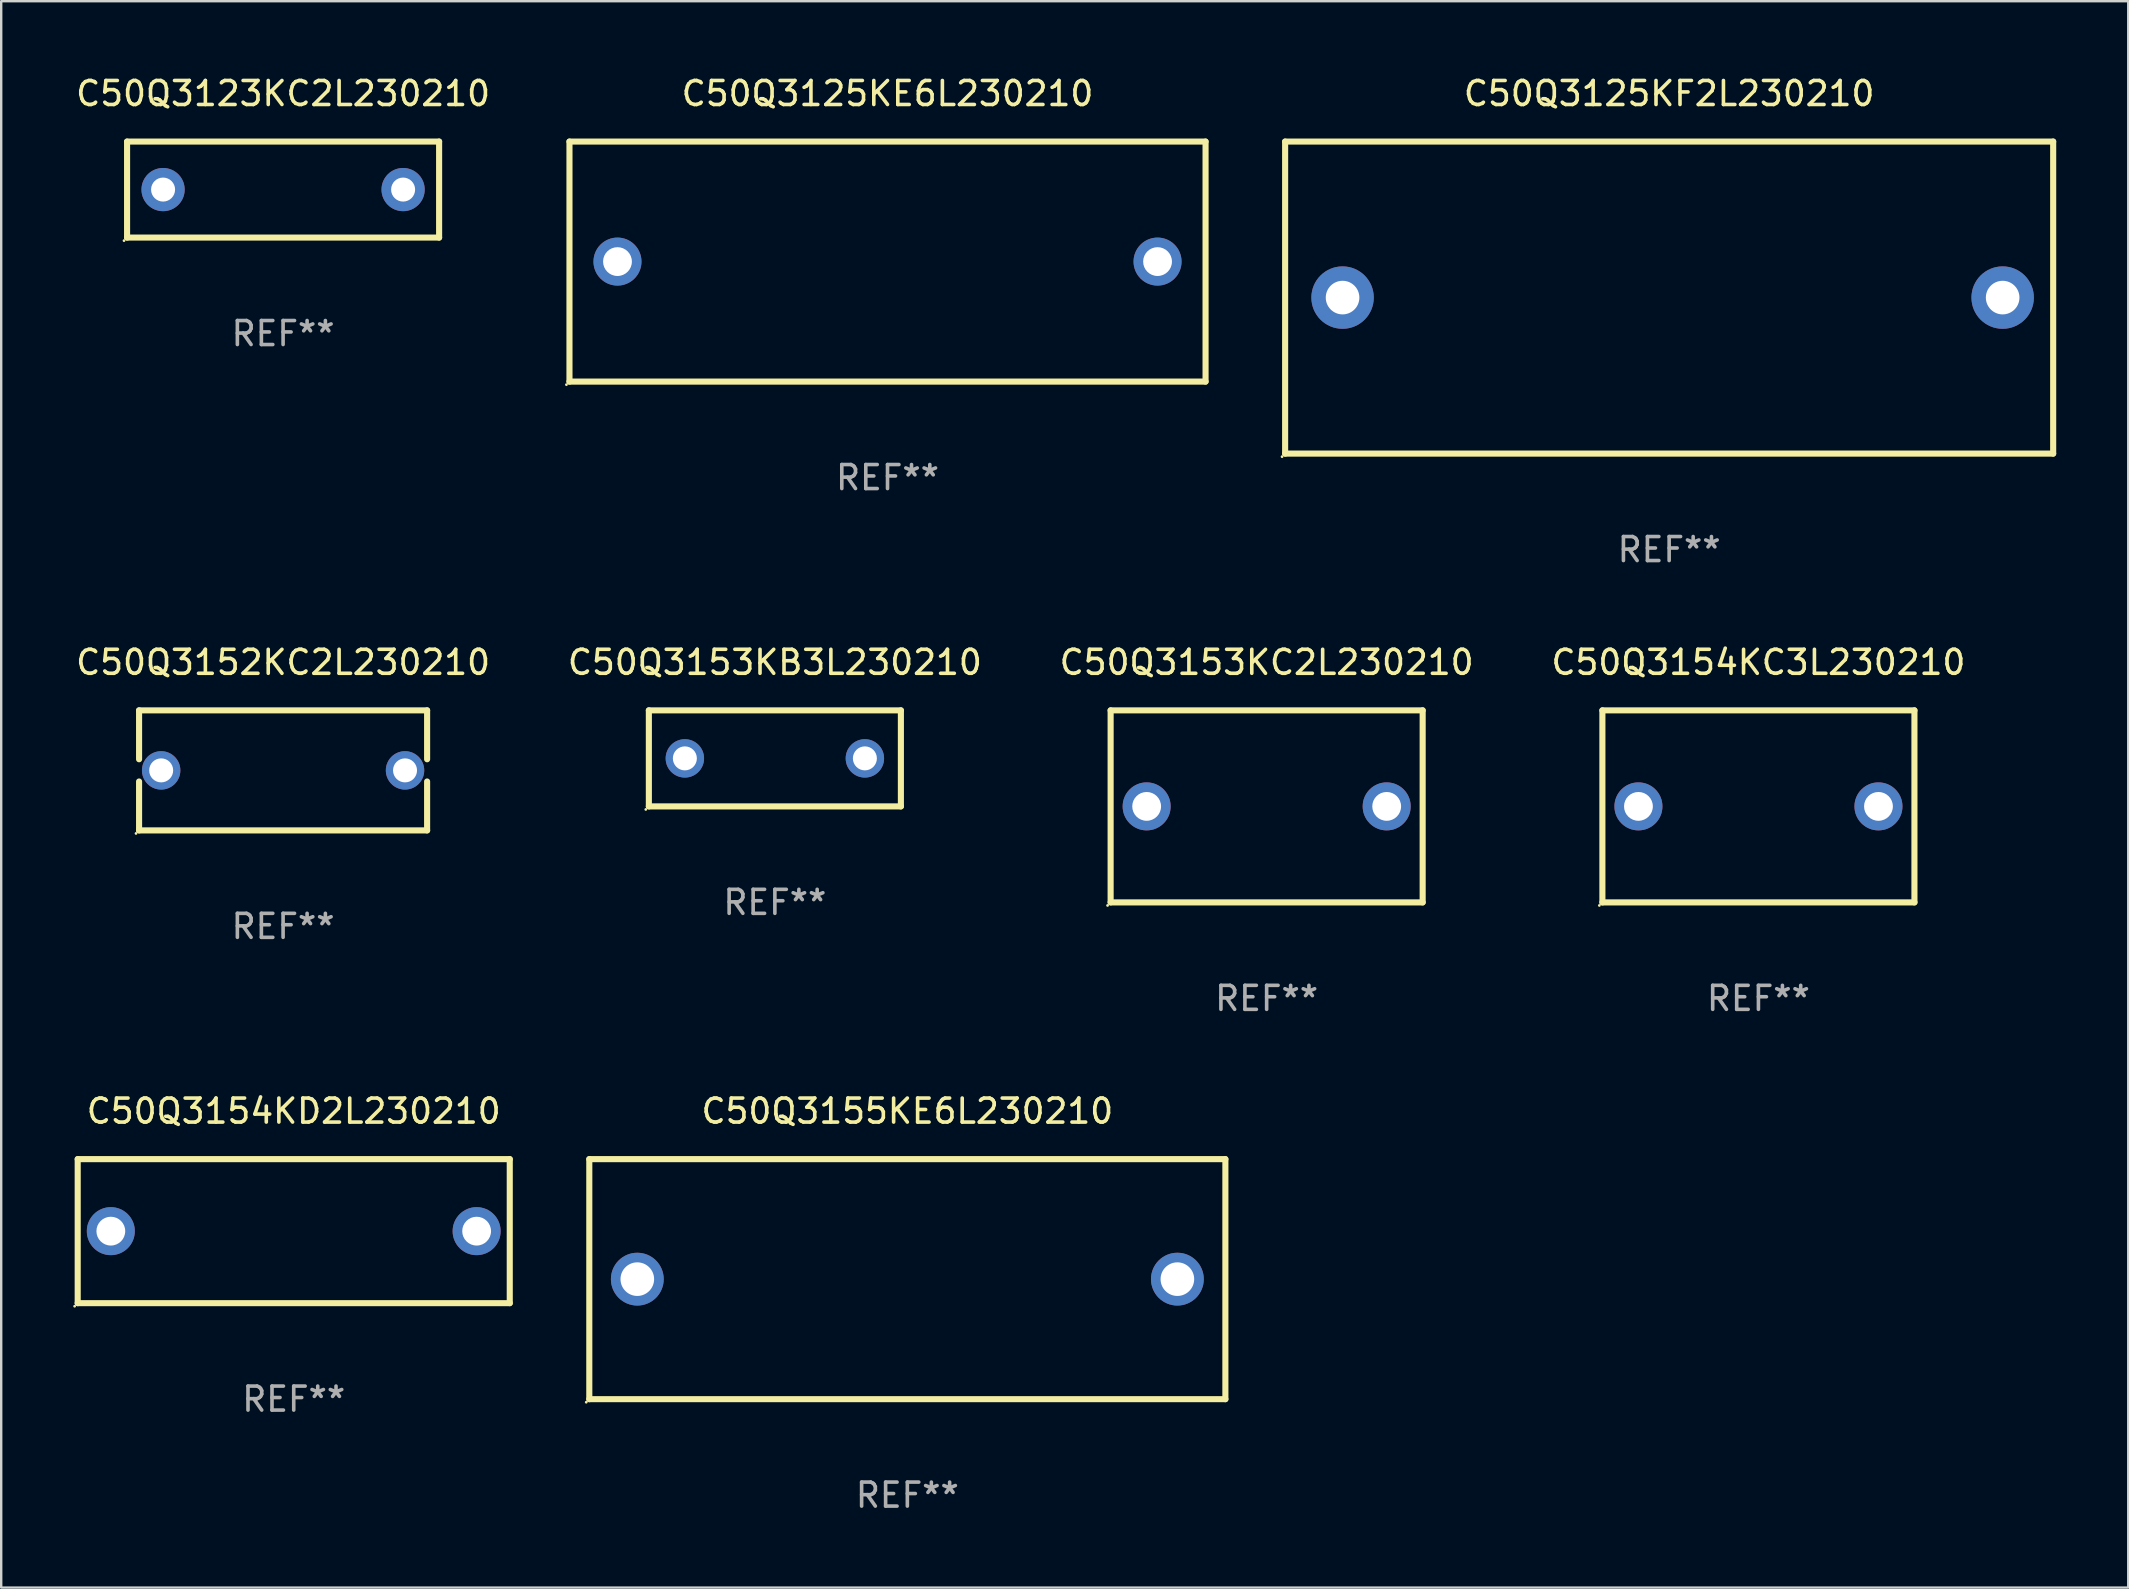
<source format=kicad_pcb>
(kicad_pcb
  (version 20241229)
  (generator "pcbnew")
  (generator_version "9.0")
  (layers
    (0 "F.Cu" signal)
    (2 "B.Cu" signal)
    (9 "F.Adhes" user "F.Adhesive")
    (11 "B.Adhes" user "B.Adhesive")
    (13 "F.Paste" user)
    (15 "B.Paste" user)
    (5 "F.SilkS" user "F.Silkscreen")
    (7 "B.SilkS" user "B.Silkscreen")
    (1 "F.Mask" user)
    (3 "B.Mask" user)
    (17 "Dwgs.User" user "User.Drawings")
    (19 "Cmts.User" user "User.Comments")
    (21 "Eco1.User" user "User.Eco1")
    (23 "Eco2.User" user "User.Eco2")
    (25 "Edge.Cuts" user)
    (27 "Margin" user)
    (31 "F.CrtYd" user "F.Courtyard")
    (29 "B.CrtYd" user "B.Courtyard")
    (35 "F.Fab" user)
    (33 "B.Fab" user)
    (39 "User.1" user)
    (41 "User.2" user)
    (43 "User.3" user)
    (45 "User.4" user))
  (footprint "C50Q3123KC2L230210"
    (layer "F.Cu")
    (at 8.744 4.848)
    (property "Reference" "C50Q3123KC2L230210" (at 0 -4 0) (layer "F.SilkS") (effects (font (size 1 1) (thickness 0.15))))
    (attr through_hole)
    (fp_line (start -6.5 -2) (end 6.5 -2) (stroke (width 0.254) (type solid)) (layer "F.SilkS"))
    (fp_line (start -6.5 2) (end -6.5 -2) (stroke (width 0.254) (type solid)) (layer "F.SilkS"))
    (fp_line (start 6.5 -2) (end 6.5 2) (stroke (width 0.254) (type solid)) (layer "F.SilkS"))
    (fp_line (start 6.5 2) (end -6.5 2) (stroke (width 0.254) (type solid)) (layer "F.SilkS"))
    (fp_circle (center -6.627 2.127) (end -6.597 2.127) (stroke (width 0.06) (type solid)) (fill no) (layer "F.SilkS"))
    (fp_text user "REF**" (at 0 6 0) (layer "F.Fab") (effects (font (size 1 1) (thickness 0.15))))
    (pad "1" thru_hole circle (at -5 0) (size 1.8 1.8) (drill 1) (layers "*.Cu" "*.Mask"))
    (pad "2" thru_hole circle (at 5 0) (size 1.8 1.8) (drill 1) (layers "*.Cu" "*.Mask")))
  (footprint "C50Q3153KB3L230210"
    (layer "F.Cu")
    (at 29.232 28.545)
    (property "Reference" "C50Q3153KB3L230210" (at 0 -4 0) (layer "F.SilkS") (effects (font (size 1 1) (thickness 0.15))))
    (attr through_hole)
    (fp_line (start -5.25 -2) (end 5.25 -2) (stroke (width 0.254) (type solid)) (layer "F.SilkS"))
    (fp_line (start -5.25 2) (end -5.25 -2) (stroke (width 0.254) (type solid)) (layer "F.SilkS"))
    (fp_line (start 5.25 -2) (end 5.25 2) (stroke (width 0.254) (type solid)) (layer "F.SilkS"))
    (fp_line (start 5.25 2) (end -5.25 2) (stroke (width 0.254) (type solid)) (layer "F.SilkS"))
    (fp_circle (center -5.377 2.127) (end -5.347 2.127) (stroke (width 0.06) (type solid)) (fill no) (layer "F.SilkS"))
    (fp_text user "REF**" (at 0 6 0) (layer "F.Fab") (effects (font (size 1 1) (thickness 0.15))))
    (pad "1" thru_hole circle (at -3.75 0) (size 1.6 1.6) (drill 1) (layers "*.Cu" "*.Mask"))
    (pad "2" thru_hole circle (at 3.75 0) (size 1.6 1.6) (drill 1) (layers "*.Cu" "*.Mask")))
  (footprint "C50Q3154KD2L230210"
    (layer "F.Cu")
    (at 9.187 48.241)
    (property "Reference" "C50Q3154KD2L230210" (at 0 -5 0) (layer "F.SilkS") (effects (font (size 1 1) (thickness 0.15))))
    (attr through_hole)
    (fp_line (start -9 -3) (end 9 -3) (stroke (width 0.254) (type solid)) (layer "F.SilkS"))
    (fp_line (start -9 3) (end -9 -3) (stroke (width 0.254) (type solid)) (layer "F.SilkS"))
    (fp_line (start 9 -3) (end 9 3) (stroke (width 0.254) (type solid)) (layer "F.SilkS"))
    (fp_line (start 9 3) (end -9 3) (stroke (width 0.254) (type solid)) (layer "F.SilkS"))
    (fp_circle (center -9.127 3.127) (end -9.097 3.127) (stroke (width 0.06) (type solid)) (fill no) (layer "F.SilkS"))
    (fp_text user "REF**" (at 0 7 0) (layer "F.Fab") (effects (font (size 1 1) (thickness 0.15))))
    (pad "1" thru_hole circle (at -7.62 0) (size 2 2) (drill 1.2) (layers "*.Cu" "*.Mask"))
    (pad "2" thru_hole circle (at 7.62 0) (size 2 2) (drill 1.2) (layers "*.Cu" "*.Mask")))
  (footprint "C50Q3154KC3L230210"
    (layer "F.Cu")
    (at 70.208 30.545)
    (property "Reference" "C50Q3154KC3L230210" (at 0 -6 0) (layer "F.SilkS") (effects (font (size 1 1) (thickness 0.15))))
    (attr through_hole)
    (fp_line (start -6.5 -4) (end -6.5 4) (stroke (width 0.254) (type solid)) (layer "F.SilkS"))
    (fp_line (start -6.5 -4) (end 6.5 -4) (stroke (width 0.254) (type solid)) (layer "F.SilkS"))
    (fp_line (start 6.5 4) (end -6.5 4) (stroke (width 0.254) (type solid)) (layer "F.SilkS"))
    (fp_line (start 6.5 4) (end 6.5 -4) (stroke (width 0.254) (type solid)) (layer "F.SilkS"))
    (fp_circle (center -6.627 4.127) (end -6.597 4.127) (stroke (width 0.06) (type solid)) (fill no) (layer "F.SilkS"))
    (fp_text user "REF**" (at 0 8 0) (layer "F.Fab") (effects (font (size 1 1) (thickness 0.15))))
    (pad "1" thru_hole circle (at -4.999 0) (size 2 2) (drill 1.2) (layers "*.Cu" "*.Mask"))
    (pad "2" thru_hole circle (at 5.001 0) (size 2 2) (drill 1.2) (layers "*.Cu" "*.Mask")))
  (footprint "C50Q3125KE6L230210"
    (layer "F.Cu")
    (at 33.925 7.848)
    (property "Reference" "C50Q3125KE6L230210" (at 0 -7 0) (layer "F.SilkS") (effects (font (size 1 1) (thickness 0.15))))
    (attr through_hole)
    (fp_line (start -13.25 -5) (end 13.25 -5) (stroke (width 0.254) (type solid)) (layer "F.SilkS"))
    (fp_line (start -13.25 5) (end -13.25 -5) (stroke (width 0.254) (type solid)) (layer "F.SilkS"))
    (fp_line (start 13.25 -5) (end 13.25 5) (stroke (width 0.254) (type solid)) (layer "F.SilkS"))
    (fp_line (start 13.25 5) (end -13.25 5) (stroke (width 0.254) (type solid)) (layer "F.SilkS"))
    (fp_circle (center -13.377 5.127) (end -13.347 5.127) (stroke (width 0.06) (type solid)) (fill no) (layer "F.SilkS"))
    (fp_text user "REF**" (at 0 9 0) (layer "F.Fab") (effects (font (size 1 1) (thickness 0.15))))
    (pad "1" thru_hole circle (at -11.25 0) (size 2 2) (drill 1.2) (layers "*.Cu" "*.Mask"))
    (pad "2" thru_hole circle (at 11.25 0) (size 2 2) (drill 1.2) (layers "*.Cu" "*.Mask")))
  (footprint "C50Q3152KC2L230210"
    (layer "F.Cu")
    (at 8.744 29.045)
    (property "Reference" "C50Q3152KC2L230210" (at 0 -4.5 0) (layer "F.SilkS") (effects (font (size 1 1) (thickness 0.15))))
    (attr through_hole)
    (fp_line (start -6 -2.5) (end 6 -2.5) (stroke (width 0.254) (type solid)) (layer "F.SilkS"))
    (fp_line (start -6 -0.463) (end -6 -2.5) (stroke (width 0.254) (type solid)) (layer "F.SilkS"))
    (fp_line (start -6 2.5) (end -6 0.463) (stroke (width 0.254) (type solid)) (layer "F.SilkS"))
    (fp_line (start 6 -2.5) (end 6 -0.463) (stroke (width 0.254) (type solid)) (layer "F.SilkS"))
    (fp_line (start 6 0.463) (end 6 2.5) (stroke (width 0.254) (type solid)) (layer "F.SilkS"))
    (fp_line (start 6 2.5) (end -6 2.5) (stroke (width 0.254) (type solid)) (layer "F.SilkS"))
    (fp_circle (center -6.127 2.627) (end -6.097 2.627) (stroke (width 0.06) (type solid)) (fill no) (layer "F.SilkS"))
    (fp_text user "REF**" (at 0 6.5 0) (layer "F.Fab") (effects (font (size 1 1) (thickness 0.15))))
    (pad "1" thru_hole circle (at -5.08 0) (size 1.6 1.6) (drill 1) (layers "*.Cu" "*.Mask"))
    (pad "2" thru_hole circle (at 5.08 0) (size 1.6 1.6) (drill 1) (layers "*.Cu" "*.Mask")))
  (footprint "C50Q3155KE6L230210"
    (layer "F.Cu")
    (at 34.751 50.241)
    (property "Reference" "C50Q3155KE6L230210" (at 0 -7 0) (layer "F.SilkS") (effects (font (size 1 1) (thickness 0.15))))
    (attr through_hole)
    (fp_line (start -13.25 -5) (end 13.25 -5) (stroke (width 0.254) (type solid)) (layer "F.SilkS"))
    (fp_line (start -13.25 5) (end -13.25 -5) (stroke (width 0.254) (type solid)) (layer "F.SilkS"))
    (fp_line (start 13.25 -5) (end 13.25 5) (stroke (width 0.254) (type solid)) (layer "F.SilkS"))
    (fp_line (start 13.25 5) (end -13.25 5) (stroke (width 0.254) (type solid)) (layer "F.SilkS"))
    (fp_circle (center -13.377 5.127) (end -13.347 5.127) (stroke (width 0.06) (type solid)) (fill no) (layer "F.SilkS"))
    (fp_text user "REF**" (at 0 9 0) (layer "F.Fab") (effects (font (size 1 1) (thickness 0.15))))
    (pad "1" thru_hole circle (at -11.25 0) (size 2.2 2.2) (drill 1.4) (layers "*.Cu" "*.Mask"))
    (pad "2" thru_hole circle (at 11.25 0) (size 2.2 2.2) (drill 1.4) (layers "*.Cu" "*.Mask")))
  (footprint "C50Q3153KC2L230210"
    (layer "F.Cu")
    (at 49.72 30.545)
    (property "Reference" "C50Q3153KC2L230210" (at 0 -6 0) (layer "F.SilkS") (effects (font (size 1 1) (thickness 0.15))))
    (attr through_hole)
    (fp_line (start -6.5 -4) (end -6.5 4) (stroke (width 0.254) (type solid)) (layer "F.SilkS"))
    (fp_line (start -6.5 -4) (end 6.5 -4) (stroke (width 0.254) (type solid)) (layer "F.SilkS"))
    (fp_line (start 6.5 4) (end -6.5 4) (stroke (width 0.254) (type solid)) (layer "F.SilkS"))
    (fp_line (start 6.5 4) (end 6.5 -4) (stroke (width 0.254) (type solid)) (layer "F.SilkS"))
    (fp_circle (center -6.627 4.127) (end -6.597 4.127) (stroke (width 0.06) (type solid)) (fill no) (layer "F.SilkS"))
    (fp_text user "REF**" (at 0 8 0) (layer "F.Fab") (effects (font (size 1 1) (thickness 0.15))))
    (pad "1" thru_hole circle (at -4.999 0) (size 2 2) (drill 1.2) (layers "*.Cu" "*.Mask"))
    (pad "2" thru_hole circle (at 5.001 0) (size 2 2) (drill 1.2) (layers "*.Cu" "*.Mask")))
  (footprint "C50Q3125KF2L230210"
    (layer "F.Cu")
    (at 66.489 9.348)
    (property "Reference" "C50Q3125KF2L230210" (at 0 -8.5 0) (layer "F.SilkS") (effects (font (size 1 1) (thickness 0.15))))
    (attr through_hole)
    (fp_line (start -15.999 -6.5) (end -15.999 6.5) (stroke (width 0.254) (type solid)) (layer "F.SilkS"))
    (fp_line (start -15.999 -6.5) (end 15.999 -6.5) (stroke (width 0.254) (type solid)) (layer "F.SilkS"))
    (fp_line (start 15.999 -6.5) (end 15.999 6.5) (stroke (width 0.254) (type solid)) (layer "F.SilkS"))
    (fp_line (start 15.999 6.5) (end -15.999 6.5) (stroke (width 0.254) (type solid)) (layer "F.SilkS"))
    (fp_circle (center -16.126 6.627) (end -16.096 6.627) (stroke (width 0.06) (type solid)) (fill no) (layer "F.SilkS"))
    (fp_text user "REF**" (at 0 10.5 0) (layer "F.Fab") (effects (font (size 1 1) (thickness 0.15))))
    (pad "1" thru_hole circle (at -13.606 0) (size 2.6 2.6) (drill 1.4) (layers "*.Cu" "*.Mask"))
    (pad "2" thru_hole circle (at 13.894 0) (size 2.6 2.6) (drill 1.4) (layers "*.Cu" "*.Mask")))
  (gr_rect
    (start -3 -3)
    (end 85.615 63.09)
    (stroke (width 0.1) (type default))
    (fill no)
    (layer "Edge.Cuts")))
</source>
